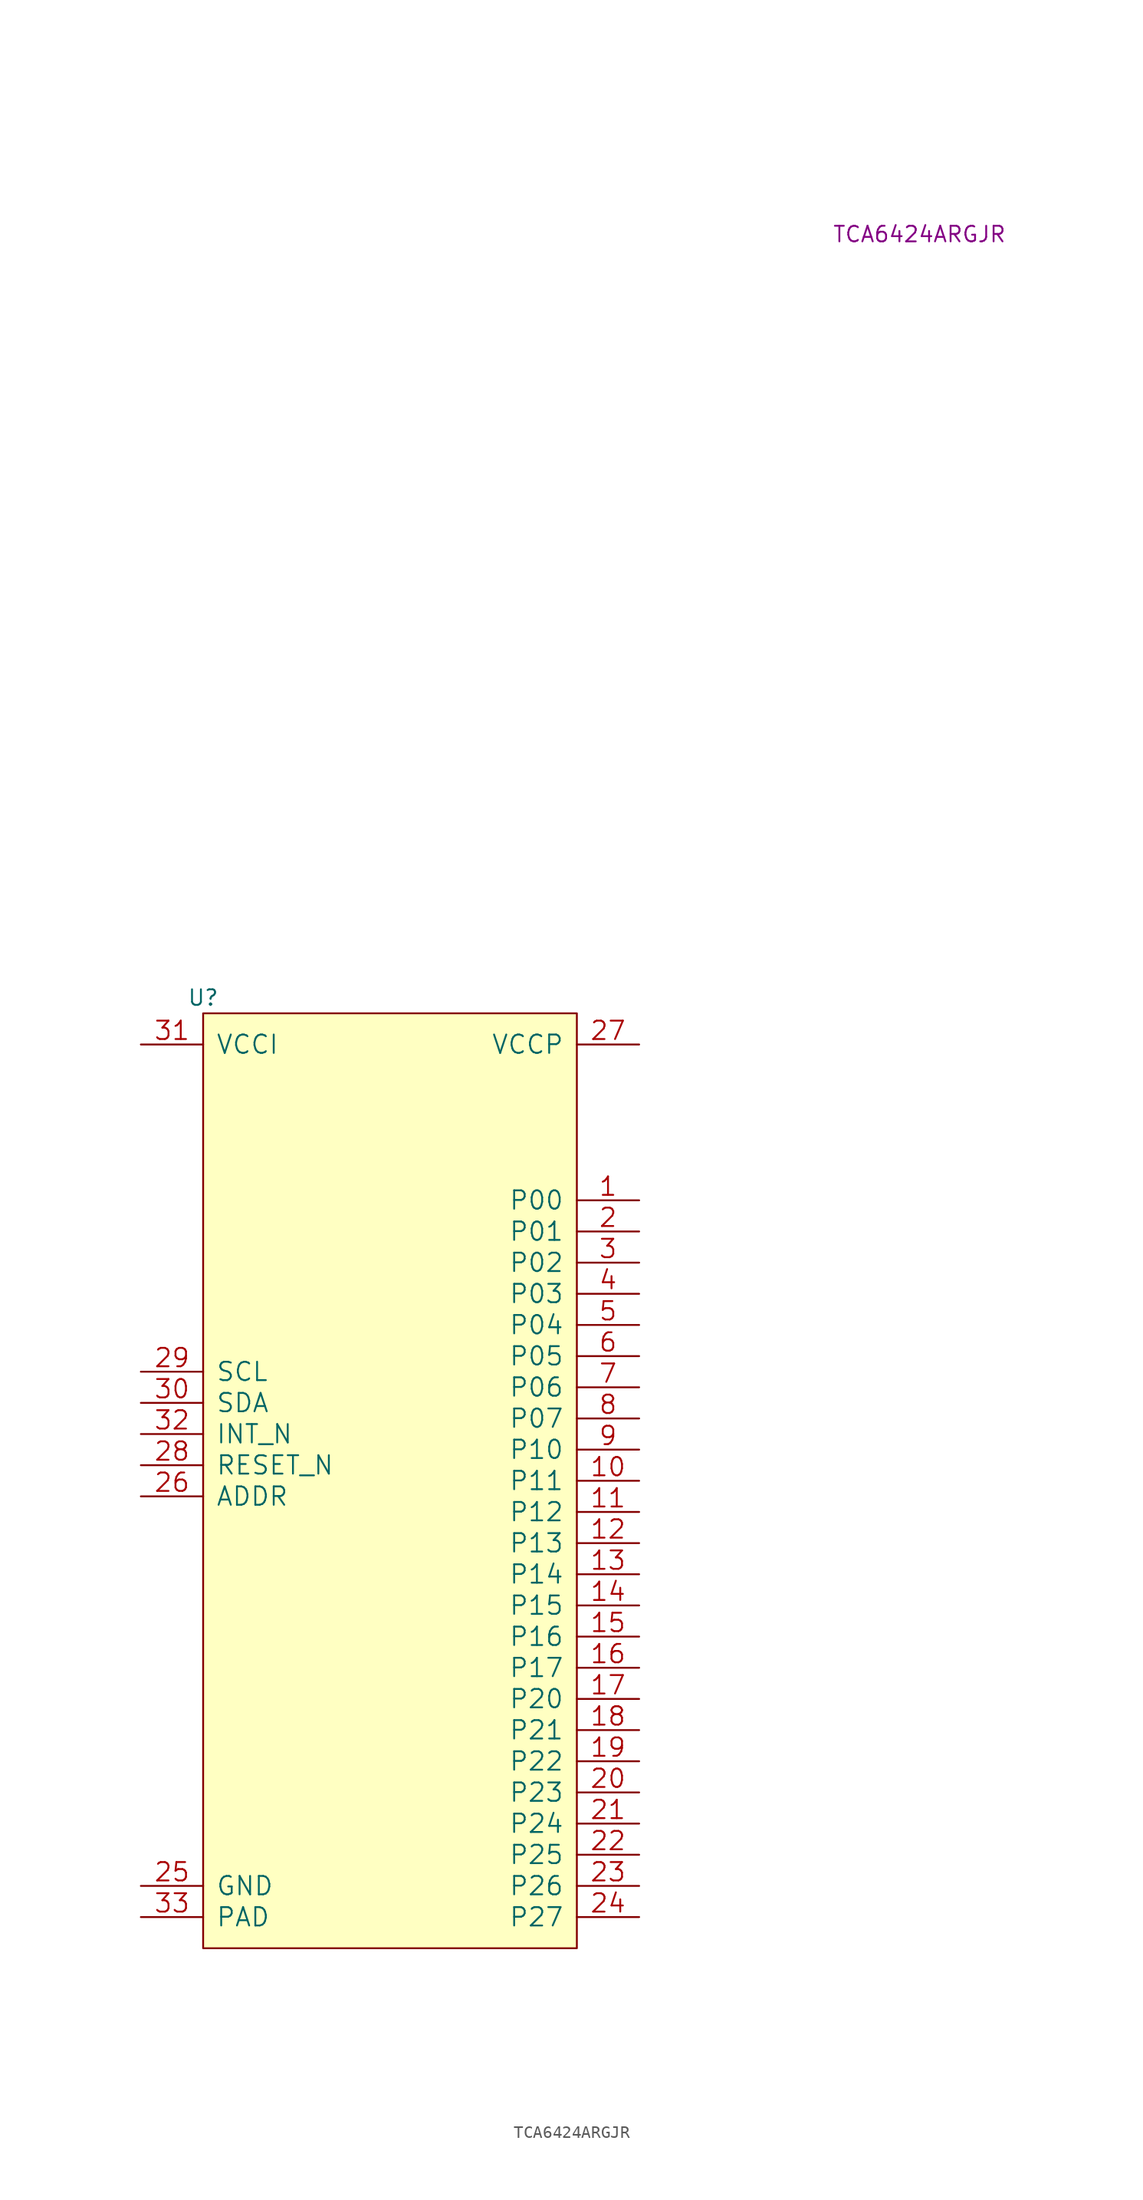
<source format=kicad_sym>
(kicad_symbol_lib
  (version 20220914)
  (generator kicad_symbol_editor)
  (symbol "TCA6424ARGJR"
    (pin_names
      (offset 1.016))
    (property "Reference" "U"
      (at 0 1.27 0)
      (effects (font (size 1.27 1.27))))
    (property "_Value_" "TCA6424ARGJR"
      (at 58.42 63.5 0)
      (effects (font (size 1.27 1.27))))
    (symbol "TCA6424ARGJR_0_1"
      (rectangle (start 0 0) (end 30.48 -76.2) (stroke (width 0) (type default)) (fill (type background))))
    (symbol "TCA6424ARGJR_1_1"
      (pin bidirectional line (at 35.56 -15.24 180) (length 5.08) (name "P00" (effects (font (size 1.499 1.499)))) (number "1" (effects (font (size 1.499 1.499)))))
      (pin bidirectional line (at 35.56 -38.1 180) (length 5.08) (name "P11" (effects (font (size 1.499 1.499)))) (number "10" (effects (font (size 1.499 1.499)))))
      (pin bidirectional line (at 35.56 -40.64 180) (length 5.08) (name "P12" (effects (font (size 1.499 1.499)))) (number "11" (effects (font (size 1.499 1.499)))))
      (pin bidirectional line (at 35.56 -43.18 180) (length 5.08) (name "P13" (effects (font (size 1.499 1.499)))) (number "12" (effects (font (size 1.499 1.499)))))
      (pin bidirectional line (at 35.56 -45.72 180) (length 5.08) (name "P14" (effects (font (size 1.499 1.499)))) (number "13" (effects (font (size 1.499 1.499)))))
      (pin bidirectional line (at 35.56 -48.26 180) (length 5.08) (name "P15" (effects (font (size 1.499 1.499)))) (number "14" (effects (font (size 1.499 1.499)))))
      (pin bidirectional line (at 35.56 -50.8 180) (length 5.08) (name "P16" (effects (font (size 1.499 1.499)))) (number "15" (effects (font (size 1.499 1.499)))))
      (pin bidirectional line (at 35.56 -53.34 180) (length 5.08) (name "P17" (effects (font (size 1.499 1.499)))) (number "16" (effects (font (size 1.499 1.499)))))
      (pin bidirectional line (at 35.56 -55.88 180) (length 5.08) (name "P20" (effects (font (size 1.499 1.499)))) (number "17" (effects (font (size 1.499 1.499)))))
      (pin bidirectional line (at 35.56 -58.42 180) (length 5.08) (name "P21" (effects (font (size 1.499 1.499)))) (number "18" (effects (font (size 1.499 1.499)))))
      (pin bidirectional line (at 35.56 -60.96 180) (length 5.08) (name "P22" (effects (font (size 1.499 1.499)))) (number "19" (effects (font (size 1.499 1.499)))))
      (pin bidirectional line (at 35.56 -17.78 180) (length 5.08) (name "P01" (effects (font (size 1.499 1.499)))) (number "2" (effects (font (size 1.499 1.499)))))
      (pin bidirectional line (at 35.56 -63.5 180) (length 5.08) (name "P23" (effects (font (size 1.499 1.499)))) (number "20" (effects (font (size 1.499 1.499)))))
      (pin bidirectional line (at 35.56 -66.04 180) (length 5.08) (name "P24" (effects (font (size 1.499 1.499)))) (number "21" (effects (font (size 1.499 1.499)))))
      (pin bidirectional line (at 35.56 -68.58 180) (length 5.08) (name "P25" (effects (font (size 1.499 1.499)))) (number "22" (effects (font (size 1.499 1.499)))))
      (pin bidirectional line (at 35.56 -71.12 180) (length 5.08) (name "P26" (effects (font (size 1.499 1.499)))) (number "23" (effects (font (size 1.499 1.499)))))
      (pin bidirectional line (at 35.56 -73.66 180) (length 5.08) (name "P27" (effects (font (size 1.499 1.499)))) (number "24" (effects (font (size 1.499 1.499)))))
      (pin power_in line (at -5.08 -71.12 0) (length 5.08) (name "GND" (effects (font (size 1.499 1.499)))) (number "25" (effects (font (size 1.499 1.499)))))
      (pin input line (at -5.08 -39.37 0) (length 5.08) (name "ADDR" (effects (font (size 1.499 1.499)))) (number "26" (effects (font (size 1.499 1.499)))))
      (pin power_in line (at 35.56 -2.54 180) (length 5.08) (name "VCCP" (effects (font (size 1.499 1.499)))) (number "27" (effects (font (size 1.499 1.499)))))
      (pin input line (at -5.08 -36.83 0) (length 5.08) (name "RESET_N" (effects (font (size 1.499 1.499)))) (number "28" (effects (font (size 1.499 1.499)))))
      (pin input line (at -5.08 -29.21 0) (length 5.08) (name "SCL" (effects (font (size 1.499 1.499)))) (number "29" (effects (font (size 1.499 1.499)))))
      (pin bidirectional line (at 35.56 -20.32 180) (length 5.08) (name "P02" (effects (font (size 1.499 1.499)))) (number "3" (effects (font (size 1.499 1.499)))))
      (pin bidirectional line (at -5.08 -31.75 0) (length 5.08) (name "SDA" (effects (font (size 1.499 1.499)))) (number "30" (effects (font (size 1.499 1.499)))))
      (pin power_in line (at -5.08 -2.54 0) (length 5.08) (name "VCCI" (effects (font (size 1.499 1.499)))) (number "31" (effects (font (size 1.499 1.499)))))
      (pin output line (at -5.08 -34.29 0) (length 5.08) (name "INT_N" (effects (font (size 1.499 1.499)))) (number "32" (effects (font (size 1.499 1.499)))))
      (pin power_in line (at -5.08 -73.66 0) (length 5.08) (name "PAD" (effects (font (size 1.499 1.499)))) (number "33" (effects (font (size 1.499 1.499)))))
      (pin bidirectional line (at 35.56 -22.86 180) (length 5.08) (name "P03" (effects (font (size 1.499 1.499)))) (number "4" (effects (font (size 1.499 1.499)))))
      (pin bidirectional line (at 35.56 -25.4 180) (length 5.08) (name "P04" (effects (font (size 1.499 1.499)))) (number "5" (effects (font (size 1.499 1.499)))))
      (pin bidirectional line (at 35.56 -27.94 180) (length 5.08) (name "P05" (effects (font (size 1.499 1.499)))) (number "6" (effects (font (size 1.499 1.499)))))
      (pin bidirectional line (at 35.56 -30.48 180) (length 5.08) (name "P06" (effects (font (size 1.499 1.499)))) (number "7" (effects (font (size 1.499 1.499)))))
      (pin bidirectional line (at 35.56 -33.02 180) (length 5.08) (name "P07" (effects (font (size 1.499 1.499)))) (number "8" (effects (font (size 1.499 1.499)))))
      (pin bidirectional line (at 35.56 -35.56 180) (length 5.08) (name "P10" (effects (font (size 1.499 1.499)))) (number "9" (effects (font (size 1.499 1.499))))))))
</source>
